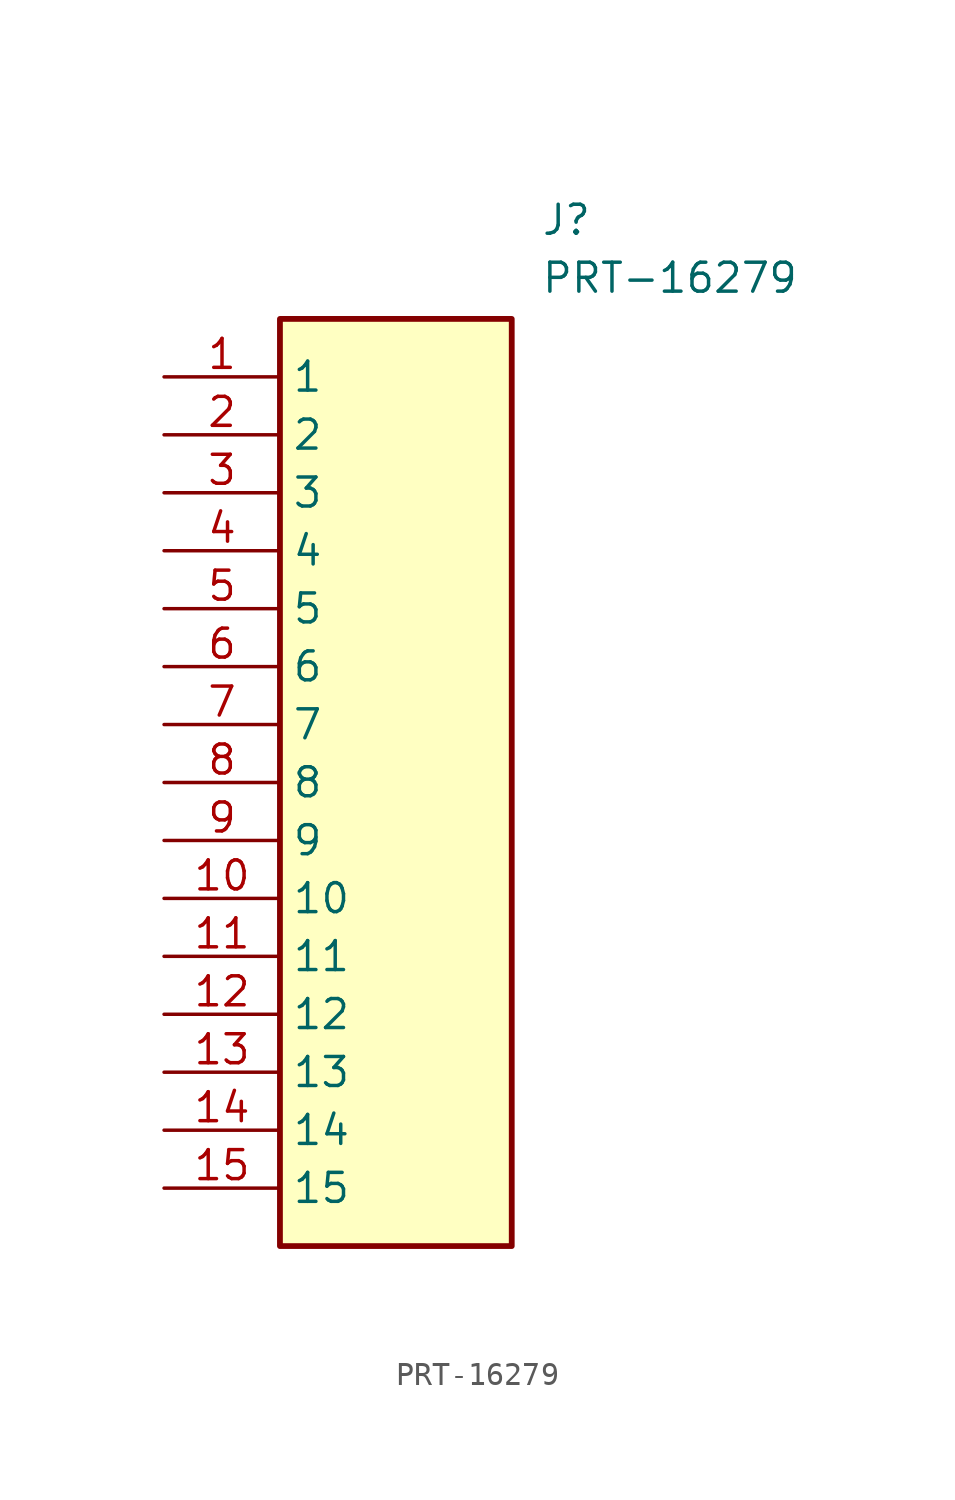
<source format=kicad_sym>
(kicad_symbol_lib
  (version 20211014)
  (generator SamacSys_ECAD_Model)
  (symbol "PRT-16279"
    (property "Reference" "J"
      (at 16.51 7.62 0)
      (effects (font (size 1.27 1.27)) (justify left top)))
    (property "Value" "PRT-16279"
      (at 16.51 5.08 0)
      (effects (font (size 1.27 1.27)) (justify left top)))
    (rectangle
      (start 5.08 2.54)
      (end 15.24 -38.1)
      (stroke (width 0.254) (type default))
      (fill (type background)))
    (pin passive line
      (at 0 0 0)
      (length 5.08)
      (name "1" (effects (font (size 1.27 1.27))))
      (number "1" (effects (font (size 1.27 1.27)))))
    (pin passive line
      (at 0 -2.54 0)
      (length 5.08)
      (name "2" (effects (font (size 1.27 1.27))))
      (number "2" (effects (font (size 1.27 1.27)))))
    (pin passive line
      (at 0 -5.08 0)
      (length 5.08)
      (name "3" (effects (font (size 1.27 1.27))))
      (number "3" (effects (font (size 1.27 1.27)))))
    (pin passive line
      (at 0 -7.62 0)
      (length 5.08)
      (name "4" (effects (font (size 1.27 1.27))))
      (number "4" (effects (font (size 1.27 1.27)))))
    (pin passive line
      (at 0 -10.16 0)
      (length 5.08)
      (name "5" (effects (font (size 1.27 1.27))))
      (number "5" (effects (font (size 1.27 1.27)))))
    (pin passive line
      (at 0 -12.7 0)
      (length 5.08)
      (name "6" (effects (font (size 1.27 1.27))))
      (number "6" (effects (font (size 1.27 1.27)))))
    (pin passive line
      (at 0 -15.24 0)
      (length 5.08)
      (name "7" (effects (font (size 1.27 1.27))))
      (number "7" (effects (font (size 1.27 1.27)))))
    (pin passive line
      (at 0 -17.78 0)
      (length 5.08)
      (name "8" (effects (font (size 1.27 1.27))))
      (number "8" (effects (font (size 1.27 1.27)))))
    (pin passive line
      (at 0 -20.32 0)
      (length 5.08)
      (name "9" (effects (font (size 1.27 1.27))))
      (number "9" (effects (font (size 1.27 1.27)))))
    (pin passive line
      (at 0 -22.86 0)
      (length 5.08)
      (name "10" (effects (font (size 1.27 1.27))))
      (number "10" (effects (font (size 1.27 1.27)))))
    (pin passive line
      (at 0 -25.4 0)
      (length 5.08)
      (name "11" (effects (font (size 1.27 1.27))))
      (number "11" (effects (font (size 1.27 1.27)))))
    (pin passive line
      (at 0 -27.94 0)
      (length 5.08)
      (name "12" (effects (font (size 1.27 1.27))))
      (number "12" (effects (font (size 1.27 1.27)))))
    (pin passive line
      (at 0 -30.48 0)
      (length 5.08)
      (name "13" (effects (font (size 1.27 1.27))))
      (number "13" (effects (font (size 1.27 1.27)))))
    (pin passive line
      (at 0 -33.02 0)
      (length 5.08)
      (name "14" (effects (font (size 1.27 1.27))))
      (number "14" (effects (font (size 1.27 1.27)))))
    (pin passive line
      (at 0 -35.56 0)
      (length 5.08)
      (name "15" (effects (font (size 1.27 1.27))))
      (number "15" (effects (font (size 1.27 1.27)))))))
</source>
